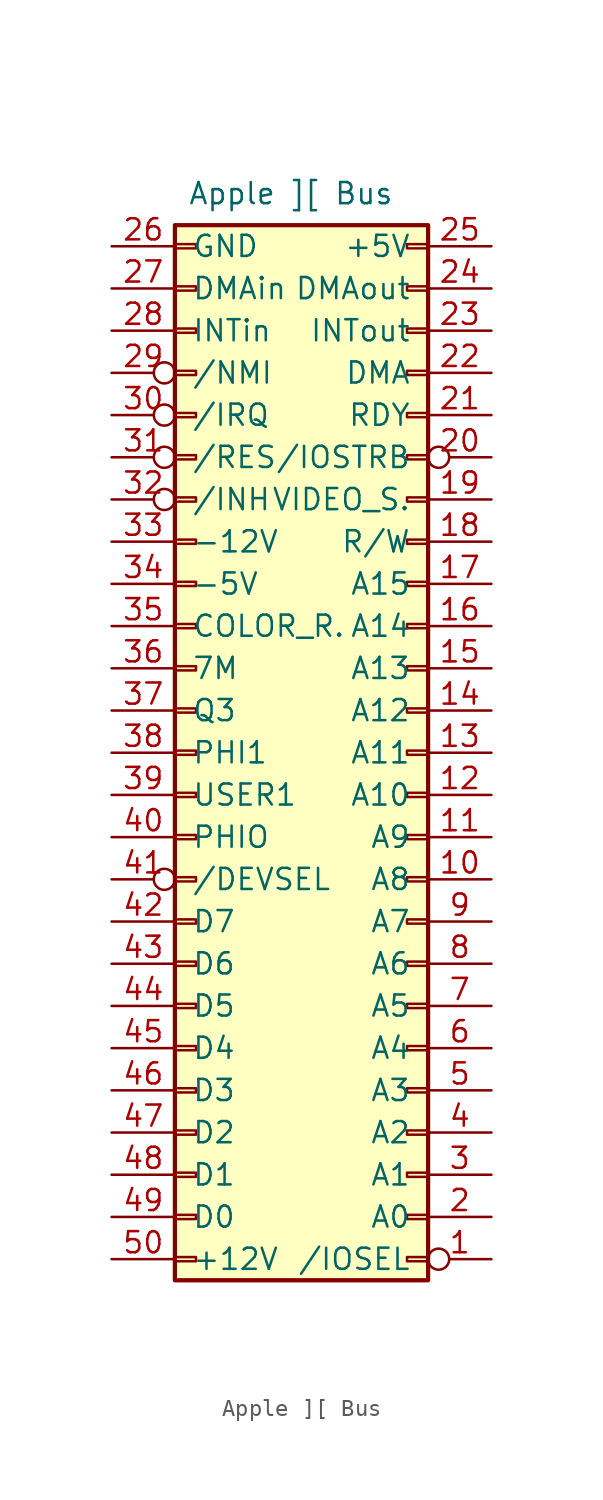
<source format=kicad_sym>
(kicad_symbol_lib
  (version 20220914)
  (generator kicad_symbol_editor)
  (symbol "Apple ][ Bus"
    (pin_names
      (offset 1.016))
    (property "Reference" "J1"
      (at -0.635 -34.925 0)
      (effects (font (size 1.27 1.27)) hide))
    (property "Value" "Apple ][ Bus"
      (at -0.635 34.925 0)
      (effects (font (size 1.27 1.27))))
    (symbol "Apple ][ Bus_1_1"
      (rectangle (start -7.62 -29.337) (end -6.35 -29.083) (stroke (width 0.152) (type default)) (fill (type none)))
      (rectangle (start -7.62 -26.797) (end -6.35 -26.543) (stroke (width 0.152) (type default)) (fill (type none)))
      (rectangle (start -7.62 -24.257) (end -6.35 -24.003) (stroke (width 0.152) (type default)) (fill (type none)))
      (rectangle (start -7.62 -21.717) (end -6.35 -21.463) (stroke (width 0.152) (type default)) (fill (type none)))
      (rectangle (start -7.62 -19.177) (end -6.35 -18.923) (stroke (width 0.152) (type default)) (fill (type none)))
      (rectangle (start -7.62 -16.637) (end -6.35 -16.383) (stroke (width 0.152) (type default)) (fill (type none)))
      (rectangle (start -7.62 -14.097) (end -6.35 -13.843) (stroke (width 0.152) (type default)) (fill (type none)))
      (rectangle (start -7.62 -11.557) (end -6.35 -11.303) (stroke (width 0.152) (type default)) (fill (type none)))
      (rectangle (start -7.62 -9.017) (end -6.35 -8.763) (stroke (width 0.152) (type default)) (fill (type none)))
      (rectangle (start -7.62 -6.477) (end -6.35 -6.223) (stroke (width 0.152) (type default)) (fill (type none)))
      (rectangle (start -7.62 -3.937) (end -6.35 -3.683) (stroke (width 0.152) (type default)) (fill (type none)))
      (rectangle (start -7.62 -1.397) (end -6.35 -1.143) (stroke (width 0.152) (type default)) (fill (type none)))
      (rectangle (start -7.62 1.143) (end -6.35 1.397) (stroke (width 0.152) (type default)) (fill (type none)))
      (rectangle (start -7.62 3.683) (end -6.35 3.937) (stroke (width 0.152) (type default)) (fill (type none)))
      (rectangle (start -7.62 6.223) (end -6.35 6.477) (stroke (width 0.152) (type default)) (fill (type none)))
      (rectangle (start -7.62 8.763) (end -6.35 9.017) (stroke (width 0.152) (type default)) (fill (type none)))
      (rectangle (start -7.62 11.303) (end -6.35 11.557) (stroke (width 0.152) (type default)) (fill (type none)))
      (rectangle (start -7.62 13.843) (end -6.35 14.097) (stroke (width 0.152) (type default)) (fill (type none)))
      (rectangle (start -7.62 16.383) (end -6.35 16.637) (stroke (width 0.152) (type default)) (fill (type none)))
      (rectangle (start -7.62 18.923) (end -6.35 19.177) (stroke (width 0.152) (type default)) (fill (type none)))
      (rectangle (start -7.62 21.463) (end -6.35 21.717) (stroke (width 0.152) (type default)) (fill (type none)))
      (rectangle (start -7.62 24.003) (end -6.35 24.257) (stroke (width 0.152) (type default)) (fill (type none)))
      (rectangle (start -7.62 26.543) (end -6.35 26.797) (stroke (width 0.152) (type default)) (fill (type none)))
      (rectangle (start -7.62 29.083) (end -6.35 29.337) (stroke (width 0.152) (type default)) (fill (type none)))
      (rectangle (start -7.62 31.623) (end -6.35 31.877) (stroke (width 0.152) (type default)) (fill (type none)))
      (rectangle (start 6.35 -29.083) (end 7.62 -29.337) (stroke (width 0.152) (type default)) (fill (type none)))
      (rectangle (start 6.35 -26.543) (end 7.62 -26.797) (stroke (width 0.152) (type default)) (fill (type none)))
      (rectangle (start 7.62 -30.48) (end -7.62 33.02) (stroke (width 0.254) (type default)) (fill (type background)))
      (rectangle (start 7.62 -24.257) (end 6.35 -24.003) (stroke (width 0.152) (type default)) (fill (type none)))
      (rectangle (start 7.62 -21.717) (end 6.35 -21.463) (stroke (width 0.152) (type default)) (fill (type none)))
      (rectangle (start 7.62 -19.177) (end 6.35 -18.923) (stroke (width 0.152) (type default)) (fill (type none)))
      (rectangle (start 7.62 -16.637) (end 6.35 -16.383) (stroke (width 0.152) (type default)) (fill (type none)))
      (rectangle (start 7.62 -14.097) (end 6.35 -13.843) (stroke (width 0.152) (type default)) (fill (type none)))
      (rectangle (start 7.62 -11.557) (end 6.35 -11.303) (stroke (width 0.152) (type default)) (fill (type none)))
      (rectangle (start 7.62 -9.017) (end 6.35 -8.763) (stroke (width 0.152) (type default)) (fill (type none)))
      (rectangle (start 7.62 -6.477) (end 6.35 -6.223) (stroke (width 0.152) (type default)) (fill (type none)))
      (rectangle (start 7.62 -3.937) (end 6.35 -3.683) (stroke (width 0.152) (type default)) (fill (type none)))
      (rectangle (start 7.62 -1.397) (end 6.35 -1.143) (stroke (width 0.152) (type default)) (fill (type none)))
      (rectangle (start 7.62 1.143) (end 6.35 1.397) (stroke (width 0.152) (type default)) (fill (type none)))
      (rectangle (start 7.62 3.683) (end 6.35 3.937) (stroke (width 0.152) (type default)) (fill (type none)))
      (rectangle (start 7.62 6.223) (end 6.35 6.477) (stroke (width 0.152) (type default)) (fill (type none)))
      (rectangle (start 7.62 8.763) (end 6.35 9.017) (stroke (width 0.152) (type default)) (fill (type none)))
      (rectangle (start 7.62 11.303) (end 6.35 11.557) (stroke (width 0.152) (type default)) (fill (type none)))
      (rectangle (start 7.62 13.843) (end 6.35 14.097) (stroke (width 0.152) (type default)) (fill (type none)))
      (rectangle (start 7.62 16.383) (end 6.35 16.637) (stroke (width 0.152) (type default)) (fill (type none)))
      (rectangle (start 7.62 18.923) (end 6.35 19.177) (stroke (width 0.152) (type default)) (fill (type none)))
      (rectangle (start 7.62 21.463) (end 6.35 21.717) (stroke (width 0.152) (type default)) (fill (type none)))
      (rectangle (start 7.62 24.003) (end 6.35 24.257) (stroke (width 0.152) (type default)) (fill (type none)))
      (rectangle (start 7.62 26.543) (end 6.35 26.797) (stroke (width 0.152) (type default)) (fill (type none)))
      (rectangle (start 7.62 29.083) (end 6.35 29.337) (stroke (width 0.152) (type default)) (fill (type none)))
      (rectangle (start 7.62 31.623) (end 6.35 31.877) (stroke (width 0.152) (type default)) (fill (type none)))
      (pin passive inverted (at 11.43 -29.21 180) (length 3.81) (name "/IOSEL" (effects (font (size 1.27 1.27)))) (number "1" (effects (font (size 1.27 1.27)))))
      (pin passive line (at 11.43 -6.35 180) (length 3.81) (name "A8" (effects (font (size 1.27 1.27)))) (number "10" (effects (font (size 1.27 1.27)))))
      (pin passive line (at 11.43 -3.81 180) (length 3.81) (name "A9" (effects (font (size 1.27 1.27)))) (number "11" (effects (font (size 1.27 1.27)))))
      (pin passive line (at 11.43 -1.27 180) (length 3.81) (name "A10" (effects (font (size 1.27 1.27)))) (number "12" (effects (font (size 1.27 1.27)))))
      (pin passive line (at 11.43 1.27 180) (length 3.81) (name "A11" (effects (font (size 1.27 1.27)))) (number "13" (effects (font (size 1.27 1.27)))))
      (pin passive line (at 11.43 3.81 180) (length 3.81) (name "A12" (effects (font (size 1.27 1.27)))) (number "14" (effects (font (size 1.27 1.27)))))
      (pin passive line (at 11.43 6.35 180) (length 3.81) (name "A13" (effects (font (size 1.27 1.27)))) (number "15" (effects (font (size 1.27 1.27)))))
      (pin passive line (at 11.43 8.89 180) (length 3.81) (name "A14" (effects (font (size 1.27 1.27)))) (number "16" (effects (font (size 1.27 1.27)))))
      (pin passive line (at 11.43 11.43 180) (length 3.81) (name "A15" (effects (font (size 1.27 1.27)))) (number "17" (effects (font (size 1.27 1.27)))))
      (pin passive line (at 11.43 13.97 180) (length 3.81) (name "R/W" (effects (font (size 1.27 1.27)))) (number "18" (effects (font (size 1.27 1.27)))))
      (pin passive line (at 11.43 16.51 180) (length 3.81) (name "VIDEO_S." (effects (font (size 1.27 1.27)))) (number "19" (effects (font (size 1.27 1.27)))))
      (pin passive line (at 11.43 -26.67 180) (length 3.81) (name "A0" (effects (font (size 1.27 1.27)))) (number "2" (effects (font (size 1.27 1.27)))))
      (pin passive inverted (at 11.43 19.05 180) (length 3.81) (name "/IOSTRB" (effects (font (size 1.27 1.27)))) (number "20" (effects (font (size 1.27 1.27)))))
      (pin passive line (at 11.43 21.59 180) (length 3.81) (name "RDY" (effects (font (size 1.27 1.27)))) (number "21" (effects (font (size 1.27 1.27)))))
      (pin passive line (at 11.43 24.13 180) (length 3.81) (name "DMA" (effects (font (size 1.27 1.27)))) (number "22" (effects (font (size 1.27 1.27)))))
      (pin output line (at 11.43 26.67 180) (length 3.81) (name "INTout" (effects (font (size 1.27 1.27)))) (number "23" (effects (font (size 1.27 1.27)))))
      (pin output line (at 11.43 29.21 180) (length 3.81) (name "DMAout" (effects (font (size 1.27 1.27)))) (number "24" (effects (font (size 1.27 1.27)))))
      (pin power_out line (at 11.43 31.75 180) (length 3.81) (name "+5V" (effects (font (size 1.27 1.27)))) (number "25" (effects (font (size 1.27 1.27)))))
      (pin power_out line (at -11.43 31.75 0) (length 3.81) (name "GND" (effects (font (size 1.27 1.27)))) (number "26" (effects (font (size 1.27 1.27)))))
      (pin input line (at -11.43 29.21 0) (length 3.81) (name "DMAin" (effects (font (size 1.27 1.27)))) (number "27" (effects (font (size 1.27 1.27)))))
      (pin input line (at -11.43 26.67 0) (length 3.81) (name "INTin" (effects (font (size 1.27 1.27)))) (number "28" (effects (font (size 1.27 1.27)))))
      (pin passive inverted (at -11.43 24.13 0) (length 3.81) (name "/NMI" (effects (font (size 1.27 1.27)))) (number "29" (effects (font (size 1.27 1.27)))))
      (pin passive line (at 11.43 -24.13 180) (length 3.81) (name "A1" (effects (font (size 1.27 1.27)))) (number "3" (effects (font (size 1.27 1.27)))))
      (pin passive inverted (at -11.43 21.59 0) (length 3.81) (name "/IRQ" (effects (font (size 1.27 1.27)))) (number "30" (effects (font (size 1.27 1.27)))))
      (pin passive inverted (at -11.43 19.05 0) (length 3.81) (name "/RES" (effects (font (size 1.27 1.27)))) (number "31" (effects (font (size 1.27 1.27)))))
      (pin passive inverted (at -11.43 16.51 0) (length 3.81) (name "/INH" (effects (font (size 1.27 1.27)))) (number "32" (effects (font (size 1.27 1.27)))))
      (pin power_out line (at -11.43 13.97 0) (length 3.81) (name "-12V" (effects (font (size 1.27 1.27)))) (number "33" (effects (font (size 1.27 1.27)))))
      (pin power_out line (at -11.43 11.43 0) (length 3.81) (name "-5V" (effects (font (size 1.27 1.27)))) (number "34" (effects (font (size 1.27 1.27)))))
      (pin passive line (at -11.43 8.89 0) (length 3.81) (name "COLOR_R." (effects (font (size 1.27 1.27)))) (number "35" (effects (font (size 1.27 1.27)))))
      (pin passive line (at -11.43 6.35 0) (length 3.81) (name "7M" (effects (font (size 1.27 1.27)))) (number "36" (effects (font (size 1.27 1.27)))))
      (pin passive line (at -11.43 3.81 0) (length 3.81) (name "Q3" (effects (font (size 1.27 1.27)))) (number "37" (effects (font (size 1.27 1.27)))))
      (pin passive line (at -11.43 1.27 0) (length 3.81) (name "PHI1" (effects (font (size 1.27 1.27)))) (number "38" (effects (font (size 1.27 1.27)))))
      (pin passive line (at -11.43 -1.27 0) (length 3.81) (name "USER1" (effects (font (size 1.27 1.27)))) (number "39" (effects (font (size 1.27 1.27)))))
      (pin passive line (at 11.43 -21.59 180) (length 3.81) (name "A2" (effects (font (size 1.27 1.27)))) (number "4" (effects (font (size 1.27 1.27)))))
      (pin passive line (at -11.43 -3.81 0) (length 3.81) (name "PHIO" (effects (font (size 1.27 1.27)))) (number "40" (effects (font (size 1.27 1.27)))))
      (pin passive inverted (at -11.43 -6.35 0) (length 3.81) (name "/DEVSEL" (effects (font (size 1.27 1.27)))) (number "41" (effects (font (size 1.27 1.27)))))
      (pin passive line (at -11.43 -8.89 0) (length 3.81) (name "D7" (effects (font (size 1.27 1.27)))) (number "42" (effects (font (size 1.27 1.27)))))
      (pin passive line (at -11.43 -11.43 0) (length 3.81) (name "D6" (effects (font (size 1.27 1.27)))) (number "43" (effects (font (size 1.27 1.27)))))
      (pin passive line (at -11.43 -13.97 0) (length 3.81) (name "D5" (effects (font (size 1.27 1.27)))) (number "44" (effects (font (size 1.27 1.27)))))
      (pin passive line (at -11.43 -16.51 0) (length 3.81) (name "D4" (effects (font (size 1.27 1.27)))) (number "45" (effects (font (size 1.27 1.27)))))
      (pin passive line (at -11.43 -19.05 0) (length 3.81) (name "D3" (effects (font (size 1.27 1.27)))) (number "46" (effects (font (size 1.27 1.27)))))
      (pin passive line (at -11.43 -21.59 0) (length 3.81) (name "D2" (effects (font (size 1.27 1.27)))) (number "47" (effects (font (size 1.27 1.27)))))
      (pin passive line (at -11.43 -24.13 0) (length 3.81) (name "D1" (effects (font (size 1.27 1.27)))) (number "48" (effects (font (size 1.27 1.27)))))
      (pin passive line (at -11.43 -26.67 0) (length 3.81) (name "D0" (effects (font (size 1.27 1.27)))) (number "49" (effects (font (size 1.27 1.27)))))
      (pin passive line (at 11.43 -19.05 180) (length 3.81) (name "A3" (effects (font (size 1.27 1.27)))) (number "5" (effects (font (size 1.27 1.27)))))
      (pin power_out line (at -11.43 -29.21 0) (length 3.81) (name "+12V" (effects (font (size 1.27 1.27)))) (number "50" (effects (font (size 1.27 1.27)))))
      (pin passive line (at 11.43 -16.51 180) (length 3.81) (name "A4" (effects (font (size 1.27 1.27)))) (number "6" (effects (font (size 1.27 1.27)))))
      (pin passive line (at 11.43 -13.97 180) (length 3.81) (name "A5" (effects (font (size 1.27 1.27)))) (number "7" (effects (font (size 1.27 1.27)))))
      (pin passive line (at 11.43 -11.43 180) (length 3.81) (name "A6" (effects (font (size 1.27 1.27)))) (number "8" (effects (font (size 1.27 1.27)))))
      (pin passive line (at 11.43 -8.89 180) (length 3.81) (name "A7" (effects (font (size 1.27 1.27)))) (number "9" (effects (font (size 1.27 1.27))))))))
</source>
